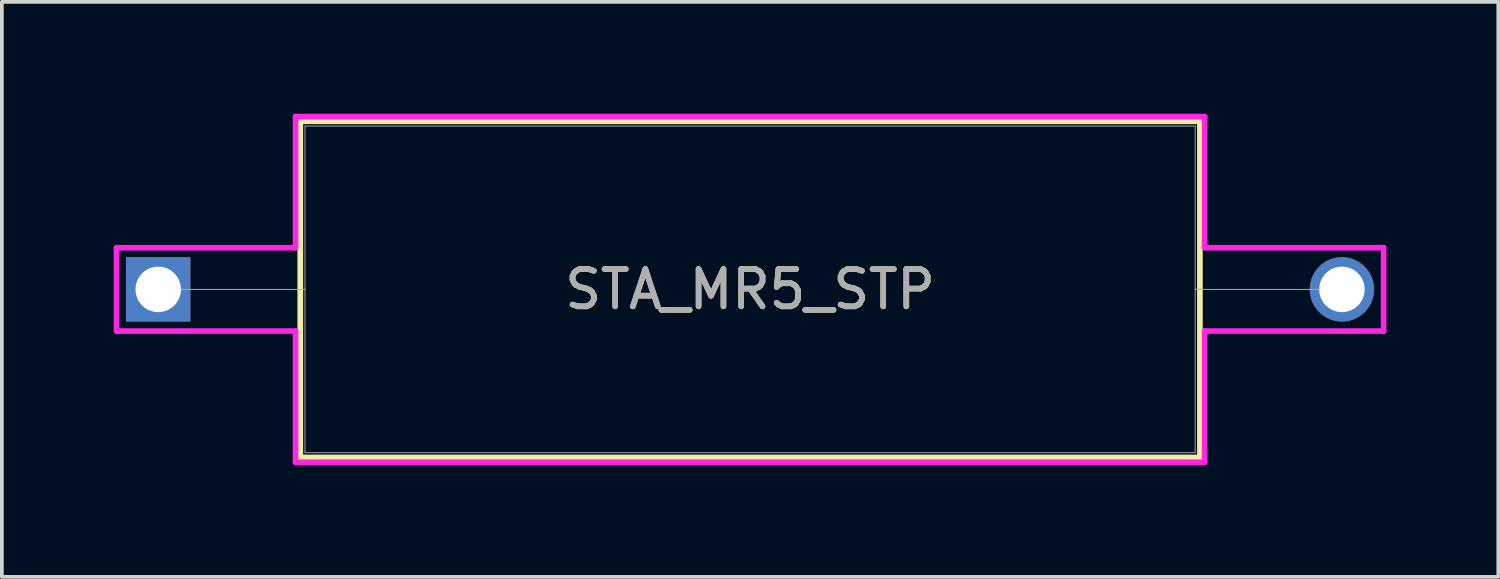
<source format=kicad_pcb>
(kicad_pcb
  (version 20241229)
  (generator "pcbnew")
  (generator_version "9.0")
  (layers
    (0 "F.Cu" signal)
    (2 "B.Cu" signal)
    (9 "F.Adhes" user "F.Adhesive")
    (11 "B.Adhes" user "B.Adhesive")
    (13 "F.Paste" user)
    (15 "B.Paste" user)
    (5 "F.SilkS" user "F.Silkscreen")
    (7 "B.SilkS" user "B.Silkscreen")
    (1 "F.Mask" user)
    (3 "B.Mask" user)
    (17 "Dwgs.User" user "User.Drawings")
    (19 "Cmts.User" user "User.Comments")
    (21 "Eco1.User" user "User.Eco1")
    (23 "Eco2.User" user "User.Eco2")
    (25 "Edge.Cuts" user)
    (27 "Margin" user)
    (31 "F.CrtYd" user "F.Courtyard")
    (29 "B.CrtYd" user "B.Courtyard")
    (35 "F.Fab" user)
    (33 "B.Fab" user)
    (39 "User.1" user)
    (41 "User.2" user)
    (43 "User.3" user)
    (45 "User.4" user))
  (footprint "STA_MR5_STP"
    (layer "F.Cu")
    (at 1.194 4.712)
    (property "Reference" "STA_MR5_STP" (at 15.875 0 0) (unlocked yes) (layer "F.SilkS") (effects (font (size 1 1) (thickness 0.15))))
    (attr through_hole)
    (fp_line (start 3.81 -4.508) (end 3.81 4.508) (stroke (width 0.152) (type solid)) (layer "F.SilkS"))
    (fp_line (start 3.81 4.508) (end 27.94 4.508) (stroke (width 0.152) (type solid)) (layer "F.SilkS"))
    (fp_line (start 27.94 -4.508) (end 3.81 -4.508) (stroke (width 0.152) (type solid)) (layer "F.SilkS"))
    (fp_line (start 27.94 4.508) (end 27.94 -4.508) (stroke (width 0.152) (type solid)) (layer "F.SilkS"))
    (fp_line (start -1.118 -1.118) (end 3.683 -1.118) (stroke (width 0.152) (type solid)) (layer "F.CrtYd"))
    (fp_line (start -1.118 1.118) (end -1.118 -1.118) (stroke (width 0.152) (type solid)) (layer "F.CrtYd"))
    (fp_line (start 3.683 -4.636) (end 28.067 -4.636) (stroke (width 0.152) (type solid)) (layer "F.CrtYd"))
    (fp_line (start 3.683 -1.118) (end 3.683 -4.636) (stroke (width 0.152) (type solid)) (layer "F.CrtYd"))
    (fp_line (start 3.683 1.118) (end -1.118 1.118) (stroke (width 0.152) (type solid)) (layer "F.CrtYd"))
    (fp_line (start 3.683 4.636) (end 3.683 1.118) (stroke (width 0.152) (type solid)) (layer "F.CrtYd"))
    (fp_line (start 28.067 -4.636) (end 28.067 -1.118) (stroke (width 0.152) (type solid)) (layer "F.CrtYd"))
    (fp_line (start 28.067 -1.118) (end 32.868 -1.118) (stroke (width 0.152) (type solid)) (layer "F.CrtYd"))
    (fp_line (start 28.067 1.118) (end 28.067 4.636) (stroke (width 0.152) (type solid)) (layer "F.CrtYd"))
    (fp_line (start 28.067 4.636) (end 3.683 4.636) (stroke (width 0.152) (type solid)) (layer "F.CrtYd"))
    (fp_line (start 32.868 -1.118) (end 32.868 1.118) (stroke (width 0.152) (type solid)) (layer "F.CrtYd"))
    (fp_line (start 32.868 1.118) (end 28.067 1.118) (stroke (width 0.152) (type solid)) (layer "F.CrtYd"))
    (fp_line (start 0 0) (end 3.937 0) (stroke (width 0.025) (type solid)) (layer "F.Fab"))
    (fp_line (start 3.937 -4.381) (end 3.937 4.381) (stroke (width 0.025) (type solid)) (layer "F.Fab"))
    (fp_line (start 3.937 4.381) (end 27.813 4.381) (stroke (width 0.025) (type solid)) (layer "F.Fab"))
    (fp_line (start 27.813 -4.381) (end 3.937 -4.381) (stroke (width 0.025) (type solid)) (layer "F.Fab"))
    (fp_line (start 27.813 4.381) (end 27.813 -4.381) (stroke (width 0.025) (type solid)) (layer "F.Fab"))
    (fp_line (start 31.75 0) (end 27.813 0) (stroke (width 0.025) (type solid)) (layer "F.Fab"))
    (fp_text user "${REFERENCE}" (at 15.875 0 0) (unlocked yes) (layer "F.Fab") (effects (font (size 1 1) (thickness 0.15))))
    (pad "1" thru_hole rect (at 0 0) (size 1.727 1.727) (drill 1.219) (layers "*.Cu" "*.Mask"))
    (pad "2" thru_hole circle (at 31.75 0) (size 1.727 1.727) (drill 1.219) (layers "*.Cu" "*.Mask")))
  (gr_rect
    (start -3 -3)
    (end 37.138 12.423)
    (stroke (width 0.1) (type default))
    (fill no)
    (layer "Edge.Cuts")))
</source>
